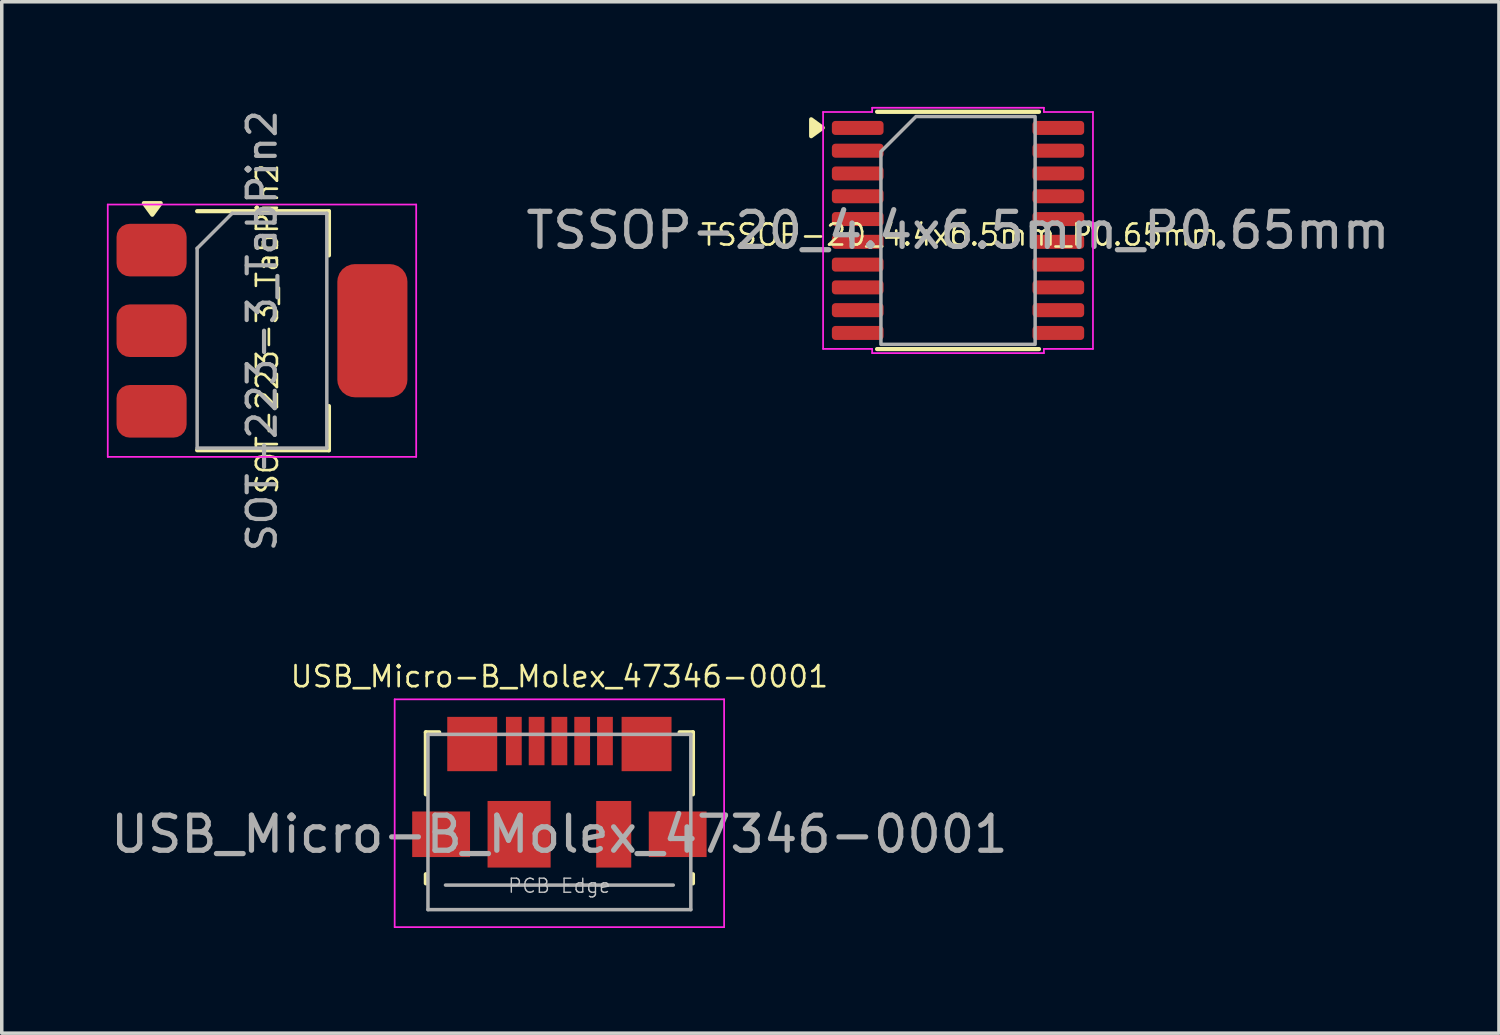
<source format=kicad_pcb>
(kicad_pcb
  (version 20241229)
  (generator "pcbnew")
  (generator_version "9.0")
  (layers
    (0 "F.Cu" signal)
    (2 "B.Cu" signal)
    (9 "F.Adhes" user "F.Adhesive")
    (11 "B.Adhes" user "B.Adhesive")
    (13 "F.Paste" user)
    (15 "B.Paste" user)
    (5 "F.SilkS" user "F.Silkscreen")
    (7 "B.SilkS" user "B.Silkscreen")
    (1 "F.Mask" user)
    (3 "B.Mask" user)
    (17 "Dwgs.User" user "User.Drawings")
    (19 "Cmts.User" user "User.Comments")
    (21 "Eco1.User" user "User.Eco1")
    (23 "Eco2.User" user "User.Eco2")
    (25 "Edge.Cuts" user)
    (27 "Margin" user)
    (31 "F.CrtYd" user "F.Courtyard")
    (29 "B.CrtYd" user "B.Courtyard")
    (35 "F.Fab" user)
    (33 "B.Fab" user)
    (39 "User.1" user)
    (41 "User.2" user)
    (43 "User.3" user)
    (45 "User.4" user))
  (footprint "USB_Micro-B_Molex_47346-0001"
    (layer "F.Cu")
    (at 12.911 19.554)
    (property "Reference" "USB_Micro-B_Molex_47346-0001" (at 0 -3.3 0) (layer "F.SilkS") (effects (font (size 0.6 0.6) (thickness 0.075))))
    (attr smd)
    (fp_line (start -3.81 -1.71) (end -3.43 -1.71) (stroke (width 0.12) (type solid)) (layer "F.SilkS"))
    (fp_line (start -3.81 0.06) (end -3.81 -1.71) (stroke (width 0.12) (type solid)) (layer "F.SilkS"))
    (fp_line (start -3.81 2.6) (end -3.81 2.34) (stroke (width 0.12) (type solid)) (layer "F.SilkS"))
    (fp_line (start 3.81 -1.71) (end 3.43 -1.71) (stroke (width 0.12) (type solid)) (layer "F.SilkS"))
    (fp_line (start 3.81 -1.71) (end 3.81 0.06) (stroke (width 0.12) (type solid)) (layer "F.SilkS"))
    (fp_line (start 3.81 2.34) (end 3.81 2.6) (stroke (width 0.12) (type solid)) (layer "F.SilkS"))
    (fp_line (start -4.7 -2.65) (end 4.7 -2.65) (stroke (width 0.05) (type solid)) (layer "F.CrtYd"))
    (fp_line (start -4.7 3.85) (end -4.7 -2.65) (stroke (width 0.05) (type solid)) (layer "F.CrtYd"))
    (fp_line (start 4.7 -2.65) (end 4.7 3.85) (stroke (width 0.05) (type solid)) (layer "F.CrtYd"))
    (fp_line (start 4.7 3.85) (end -4.7 3.85) (stroke (width 0.05) (type solid)) (layer "F.CrtYd"))
    (fp_line (start -3.75 -1.65) (end 3.75 -1.65) (stroke (width 0.1) (type solid)) (layer "F.Fab"))
    (fp_line (start -3.75 3.35) (end -3.75 -1.65) (stroke (width 0.1) (type solid)) (layer "F.Fab"))
    (fp_line (start -3.25 2.65) (end 3.25 2.65) (stroke (width 0.1) (type solid)) (layer "F.Fab"))
    (fp_line (start 3.75 -1.65) (end 3.75 3.35) (stroke (width 0.1) (type solid)) (layer "F.Fab"))
    (fp_line (start 3.75 3.35) (end -3.75 3.35) (stroke (width 0.1) (type solid)) (layer "F.Fab"))
    (fp_text user "PCB Edge" (at 0 2.67 0) (layer "Dwgs.User") (effects (font (size 0.4 0.4) (thickness 0.04))))
    (fp_text user "${REFERENCE}" (at 0 1.2 0) (layer "F.Fab") (effects (font (size 1 1) (thickness 0.15))))
    (pad "1" smd rect (at -1.3 -1.46) (size 0.45 1.38) (layers "F.Cu" "F.Mask" "F.Paste"))
    (pad "2" smd rect (at -0.65 -1.46) (size 0.45 1.38) (layers "F.Cu" "F.Mask" "F.Paste"))
    (pad "3" smd rect (at 0 -1.46) (size 0.45 1.38) (layers "F.Cu" "F.Mask" "F.Paste"))
    (pad "4" smd rect (at 0.65 -1.46) (size 0.45 1.38) (layers "F.Cu" "F.Mask" "F.Paste"))
    (pad "5" smd rect (at 1.3 -1.46) (size 0.45 1.38) (layers "F.Cu" "F.Mask" "F.Paste"))
    (pad "6" smd rect (at -3.375 1.2) (size 1.65 1.3) (layers "F.Cu" "F.Mask" "F.Paste"))
    (pad "6" smd rect (at -2.487 -1.375) (size 1.425 1.55) (layers "F.Cu" "F.Mask" "F.Paste"))
    (pad "6" smd rect (at -1.15 1.2) (size 1.8 1.9) (layers "F.Cu" "F.Mask" "F.Paste"))
    (pad "6" smd rect (at 1.55 1.2) (size 1 1.9) (layers "F.Cu" "F.Mask" "F.Paste"))
    (pad "6" smd rect (at 2.487 -1.375) (size 1.425 1.55) (layers "F.Cu" "F.Mask" "F.Paste"))
    (pad "6" smd rect (at 3.375 1.2) (size 1.65 1.3) (layers "F.Cu" "F.Mask" "F.Paste")))
  (footprint "TSSOP-20_4.4x6.5mm_P0.65mm"
    (layer "F.Cu")
    (at 24.285 3.525)
    (property "Reference" "TSSOP-20_4.4x6.5mm_P0.65mm" (at 0.051 0.127 0) (layer "F.SilkS") (effects (font (size 0.6 0.6) (thickness 0.075))))
    (attr smd)
    (fp_line (start -2.31 -3.385) (end 2.31 -3.385) (stroke (width 0.12) (type solid)) (layer "F.SilkS"))
    (fp_line (start 2.31 3.385) (end -2.31 3.385) (stroke (width 0.12) (type solid)) (layer "F.SilkS"))
    (fp_poly (pts (xy -3.86 -2.93) (xy -4.19 -2.69) (xy -4.19 -3.17)) (stroke (width 0.12) (type solid)) (fill yes) (layer "F.SilkS"))
    (fp_line (start -3.85 -3.38) (end -2.45 -3.38) (stroke (width 0.05) (type solid)) (layer "F.CrtYd"))
    (fp_line (start -3.85 3.38) (end -3.85 -3.38) (stroke (width 0.05) (type solid)) (layer "F.CrtYd"))
    (fp_line (start -2.45 -3.5) (end 2.45 -3.5) (stroke (width 0.05) (type solid)) (layer "F.CrtYd"))
    (fp_line (start -2.45 -3.38) (end -2.45 -3.5) (stroke (width 0.05) (type solid)) (layer "F.CrtYd"))
    (fp_line (start -2.45 3.38) (end -3.85 3.38) (stroke (width 0.05) (type solid)) (layer "F.CrtYd"))
    (fp_line (start -2.45 3.5) (end -2.45 3.38) (stroke (width 0.05) (type solid)) (layer "F.CrtYd"))
    (fp_line (start 2.45 -3.5) (end 2.45 -3.38) (stroke (width 0.05) (type solid)) (layer "F.CrtYd"))
    (fp_line (start 2.45 -3.38) (end 3.85 -3.38) (stroke (width 0.05) (type solid)) (layer "F.CrtYd"))
    (fp_line (start 2.45 3.38) (end 2.45 3.5) (stroke (width 0.05) (type solid)) (layer "F.CrtYd"))
    (fp_line (start 2.45 3.5) (end -2.45 3.5) (stroke (width 0.05) (type solid)) (layer "F.CrtYd"))
    (fp_line (start 3.85 -3.38) (end 3.85 3.38) (stroke (width 0.05) (type solid)) (layer "F.CrtYd"))
    (fp_line (start 3.85 3.38) (end 2.45 3.38) (stroke (width 0.05) (type solid)) (layer "F.CrtYd"))
    (fp_poly (pts (xy -2.2 -2.25) (xy -2.2 3.25) (xy 2.2 3.25) (xy 2.2 -3.25) (xy -1.2 -3.25)) (stroke (width 0.1) (type solid)) (fill no) (layer "F.Fab"))
    (fp_text user "${REFERENCE}" (at 0 0 0) (layer "F.Fab") (effects (font (size 1 1) (thickness 0.15))))
    (pad "1" smd roundrect (at -2.862 -2.925 180) (size 1.475 0.4) (layers "F.Cu" "F.Mask" "F.Paste") (roundrect_rratio 0.25))
    (pad "2" smd roundrect (at -2.862 -2.275 180) (size 1.475 0.4) (layers "F.Cu" "F.Mask" "F.Paste") (roundrect_rratio 0.25))
    (pad "3" smd roundrect (at -2.862 -1.625 180) (size 1.475 0.4) (layers "F.Cu" "F.Mask" "F.Paste") (roundrect_rratio 0.25))
    (pad "4" smd roundrect (at -2.862 -0.975 180) (size 1.475 0.4) (layers "F.Cu" "F.Mask" "F.Paste") (roundrect_rratio 0.25))
    (pad "5" smd roundrect (at -2.862 -0.325 180) (size 1.475 0.4) (layers "F.Cu" "F.Mask" "F.Paste") (roundrect_rratio 0.25))
    (pad "6" smd roundrect (at -2.862 0.325 180) (size 1.475 0.4) (layers "F.Cu" "F.Mask" "F.Paste") (roundrect_rratio 0.25))
    (pad "7" smd roundrect (at -2.862 0.975 180) (size 1.475 0.4) (layers "F.Cu" "F.Mask" "F.Paste") (roundrect_rratio 0.25))
    (pad "8" smd roundrect (at -2.862 1.625 180) (size 1.475 0.4) (layers "F.Cu" "F.Mask" "F.Paste") (roundrect_rratio 0.25))
    (pad "9" smd roundrect (at -2.862 2.275 180) (size 1.475 0.4) (layers "F.Cu" "F.Mask" "F.Paste") (roundrect_rratio 0.25))
    (pad "10" smd roundrect (at -2.862 2.925 180) (size 1.475 0.4) (layers "F.Cu" "F.Mask" "F.Paste") (roundrect_rratio 0.25))
    (pad "11" smd roundrect (at 2.862 2.925 180) (size 1.475 0.4) (layers "F.Cu" "F.Mask" "F.Paste") (roundrect_rratio 0.25))
    (pad "12" smd roundrect (at 2.862 2.275 180) (size 1.475 0.4) (layers "F.Cu" "F.Mask" "F.Paste") (roundrect_rratio 0.25))
    (pad "13" smd roundrect (at 2.862 1.625 180) (size 1.475 0.4) (layers "F.Cu" "F.Mask" "F.Paste") (roundrect_rratio 0.25))
    (pad "14" smd roundrect (at 2.862 0.975 180) (size 1.475 0.4) (layers "F.Cu" "F.Mask" "F.Paste") (roundrect_rratio 0.25))
    (pad "15" smd roundrect (at 2.862 0.325 180) (size 1.475 0.4) (layers "F.Cu" "F.Mask" "F.Paste") (roundrect_rratio 0.25))
    (pad "16" smd roundrect (at 2.862 -0.325 180) (size 1.475 0.4) (layers "F.Cu" "F.Mask" "F.Paste") (roundrect_rratio 0.25))
    (pad "17" smd roundrect (at 2.862 -0.975 180) (size 1.475 0.4) (layers "F.Cu" "F.Mask" "F.Paste") (roundrect_rratio 0.25))
    (pad "18" smd roundrect (at 2.862 -1.625 180) (size 1.475 0.4) (layers "F.Cu" "F.Mask" "F.Paste") (roundrect_rratio 0.25))
    (pad "19" smd roundrect (at 2.862 -2.275 180) (size 1.475 0.4) (layers "F.Cu" "F.Mask" "F.Paste") (roundrect_rratio 0.25))
    (pad "20" smd roundrect (at 2.862 -2.925 180) (size 1.475 0.4) (layers "F.Cu" "F.Mask" "F.Paste") (roundrect_rratio 0.25)))
  (footprint "SOT-223-3_TabPin2"
    (layer "F.Cu")
    (at 4.425 6.386)
    (property "Reference" "SOT-223-3_TabPin2" (at 0.152 -0.051 90) (layer "F.SilkS") (effects (font (size 0.6 0.6) (thickness 0.075))))
    (attr smd)
    (fp_line (start -1.85 -3.41) (end 1.91 -3.41) (stroke (width 0.12) (type solid)) (layer "F.SilkS"))
    (fp_line (start -1.85 3.41) (end 1.91 3.41) (stroke (width 0.12) (type solid)) (layer "F.SilkS"))
    (fp_line (start 1.91 -3.41) (end 1.91 -2.15) (stroke (width 0.12) (type solid)) (layer "F.SilkS"))
    (fp_line (start 1.91 3.41) (end 1.91 2.15) (stroke (width 0.12) (type solid)) (layer "F.SilkS"))
    (fp_poly (pts (xy -3.13 -3.31) (xy -3.37 -3.64) (xy -2.89 -3.64) (xy -3.13 -3.31)) (stroke (width 0.12) (type solid)) (fill yes) (layer "F.SilkS"))
    (fp_line (start -4.4 -3.6) (end -4.4 3.6) (stroke (width 0.05) (type solid)) (layer "F.CrtYd"))
    (fp_line (start -4.4 3.6) (end 4.4 3.6) (stroke (width 0.05) (type solid)) (layer "F.CrtYd"))
    (fp_line (start 4.4 -3.6) (end -4.4 -3.6) (stroke (width 0.05) (type solid)) (layer "F.CrtYd"))
    (fp_line (start 4.4 3.6) (end 4.4 -3.6) (stroke (width 0.05) (type solid)) (layer "F.CrtYd"))
    (fp_line (start -1.85 -2.35) (end -1.85 3.35) (stroke (width 0.1) (type solid)) (layer "F.Fab"))
    (fp_line (start -1.85 -2.35) (end -0.85 -3.35) (stroke (width 0.1) (type solid)) (layer "F.Fab"))
    (fp_line (start -1.85 3.35) (end 1.85 3.35) (stroke (width 0.1) (type solid)) (layer "F.Fab"))
    (fp_line (start -0.85 -3.35) (end 1.85 -3.35) (stroke (width 0.1) (type solid)) (layer "F.Fab"))
    (fp_line (start 1.85 -3.35) (end 1.85 3.35) (stroke (width 0.1) (type solid)) (layer "F.Fab"))
    (fp_text user "${REFERENCE}" (at 0 0 90) (layer "F.Fab") (effects (font (size 0.8 0.8) (thickness 0.12))))
    (pad "1" smd roundrect (at -3.15 -2.3 180) (size 2 1.5) (layers "F.Cu" "F.Mask" "F.Paste") (roundrect_rratio 0.25))
    (pad "2" smd roundrect (at -3.15 0 180) (size 2 1.5) (layers "F.Cu" "F.Mask" "F.Paste") (roundrect_rratio 0.25))
    (pad "2" smd roundrect (at 3.15 0 180) (size 2 3.8) (layers "F.Cu" "F.Mask" "F.Paste") (roundrect_rratio 0.25))
    (pad "3" smd roundrect (at -3.15 2.3 180) (size 2 1.5) (layers "F.Cu" "F.Mask" "F.Paste") (roundrect_rratio 0.25)))
  (gr_rect
    (start -3 -3)
    (end 39.719 26.429)
    (stroke (width 0.1) (type default))
    (fill no)
    (layer "Edge.Cuts")))
</source>
